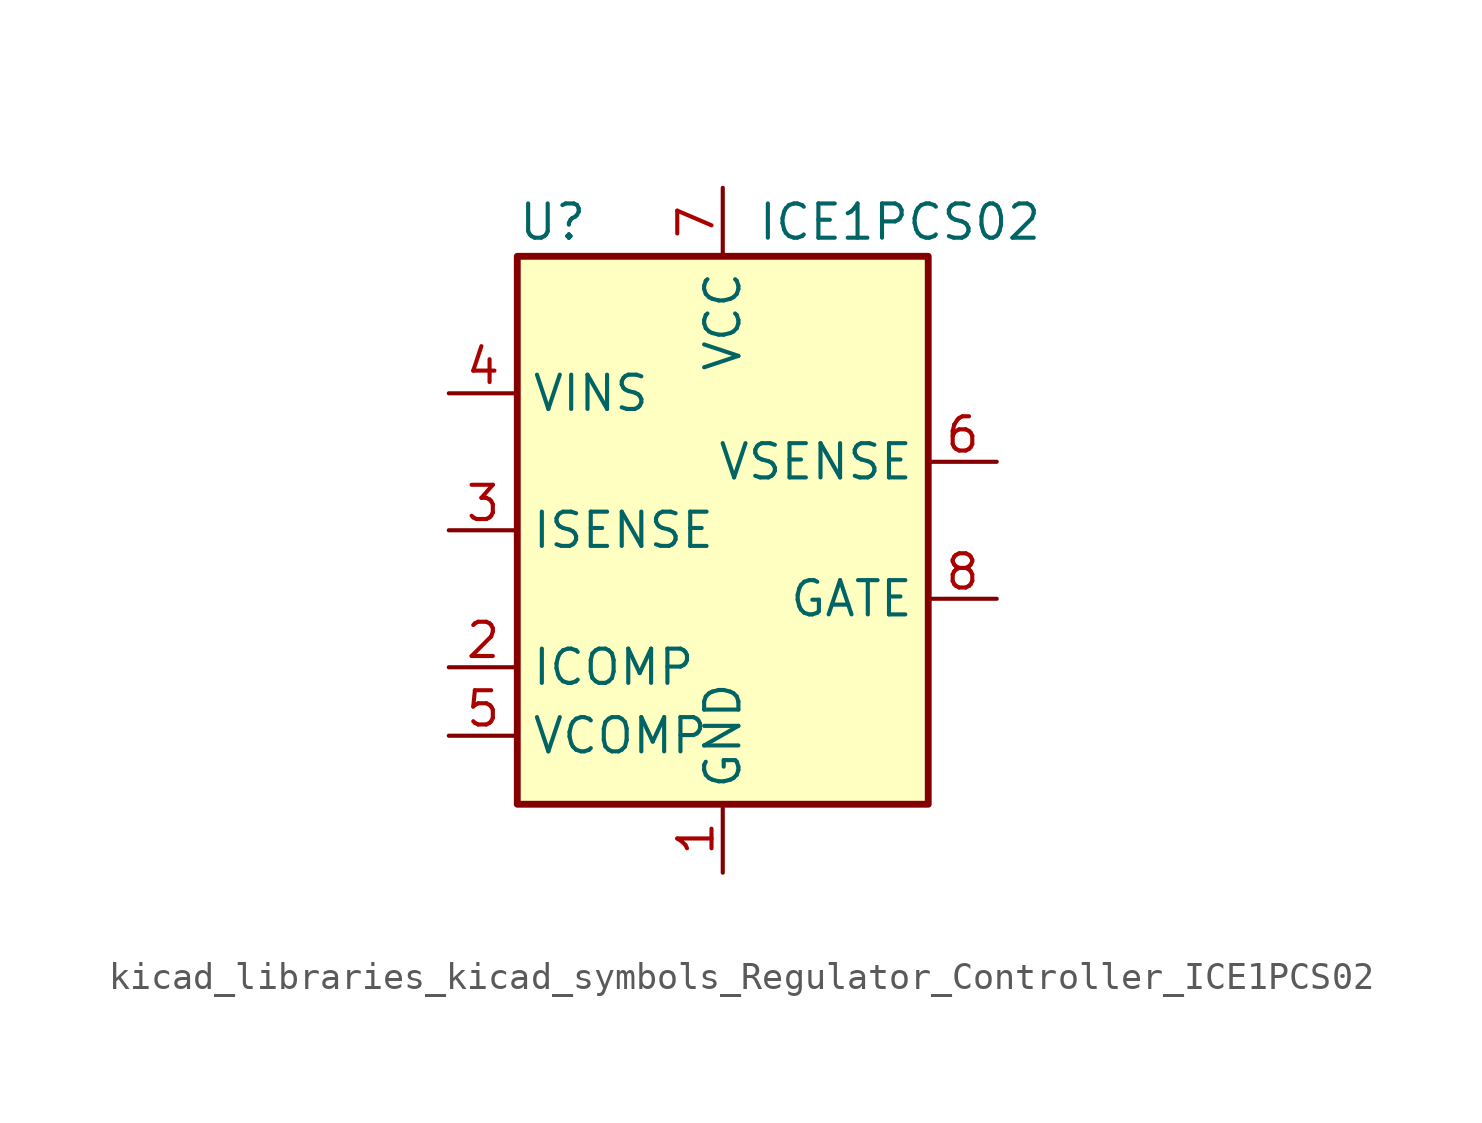
<source format=kicad_sym>
(kicad_symbol_lib
  (version 20220914)
  (generator kicad_symbol_editor)
  (symbol "kicad_libraries_kicad_symbols_Regulator_Controller_ICE1PCS02"
    (property "Reference" "U"
      (at -7.62 11.43 0)
      (effects (font (size 1.27 1.27)) (justify left)))
    (property "Value" "ICE1PCS02"
      (at 1.27 11.43 0)
      (effects (font (size 1.27 1.27)) (justify left)))
    (symbol "kicad_libraries_kicad_symbols_Regulator_Controller_ICE1PCS02_0_0"
      (rectangle (start -7.62 10.16) (end 7.62 -10.16) (stroke (width 0.254) (type default)) (fill (type background))))
    (symbol "kicad_libraries_kicad_symbols_Regulator_Controller_ICE1PCS02_1_1"
      (pin power_in line (at 0 -12.7 90) (length 2.54) (name "GND" (effects (font (size 1.27 1.27)))) (number "1" (effects (font (size 1.27 1.27)))))
      (pin passive line (at -10.16 -5.08 0) (length 2.54) (name "ICOMP" (effects (font (size 1.27 1.27)))) (number "2" (effects (font (size 1.27 1.27)))))
      (pin input line (at -10.16 0 0) (length 2.54) (name "ISENSE" (effects (font (size 1.27 1.27)))) (number "3" (effects (font (size 1.27 1.27)))))
      (pin input line (at -10.16 5.08 0) (length 2.54) (name "VINS" (effects (font (size 1.27 1.27)))) (number "4" (effects (font (size 1.27 1.27)))))
      (pin passive line (at -10.16 -7.62 0) (length 2.54) (name "VCOMP" (effects (font (size 1.27 1.27)))) (number "5" (effects (font (size 1.27 1.27)))))
      (pin input line (at 10.16 2.54 180) (length 2.54) (name "VSENSE" (effects (font (size 1.27 1.27)))) (number "6" (effects (font (size 1.27 1.27)))))
      (pin power_in line (at 0 12.7 270) (length 2.54) (name "VCC" (effects (font (size 1.27 1.27)))) (number "7" (effects (font (size 1.27 1.27)))))
      (pin output line (at 10.16 -2.54 180) (length 2.54) (name "GATE" (effects (font (size 1.27 1.27)))) (number "8" (effects (font (size 1.27 1.27))))))))
</source>
